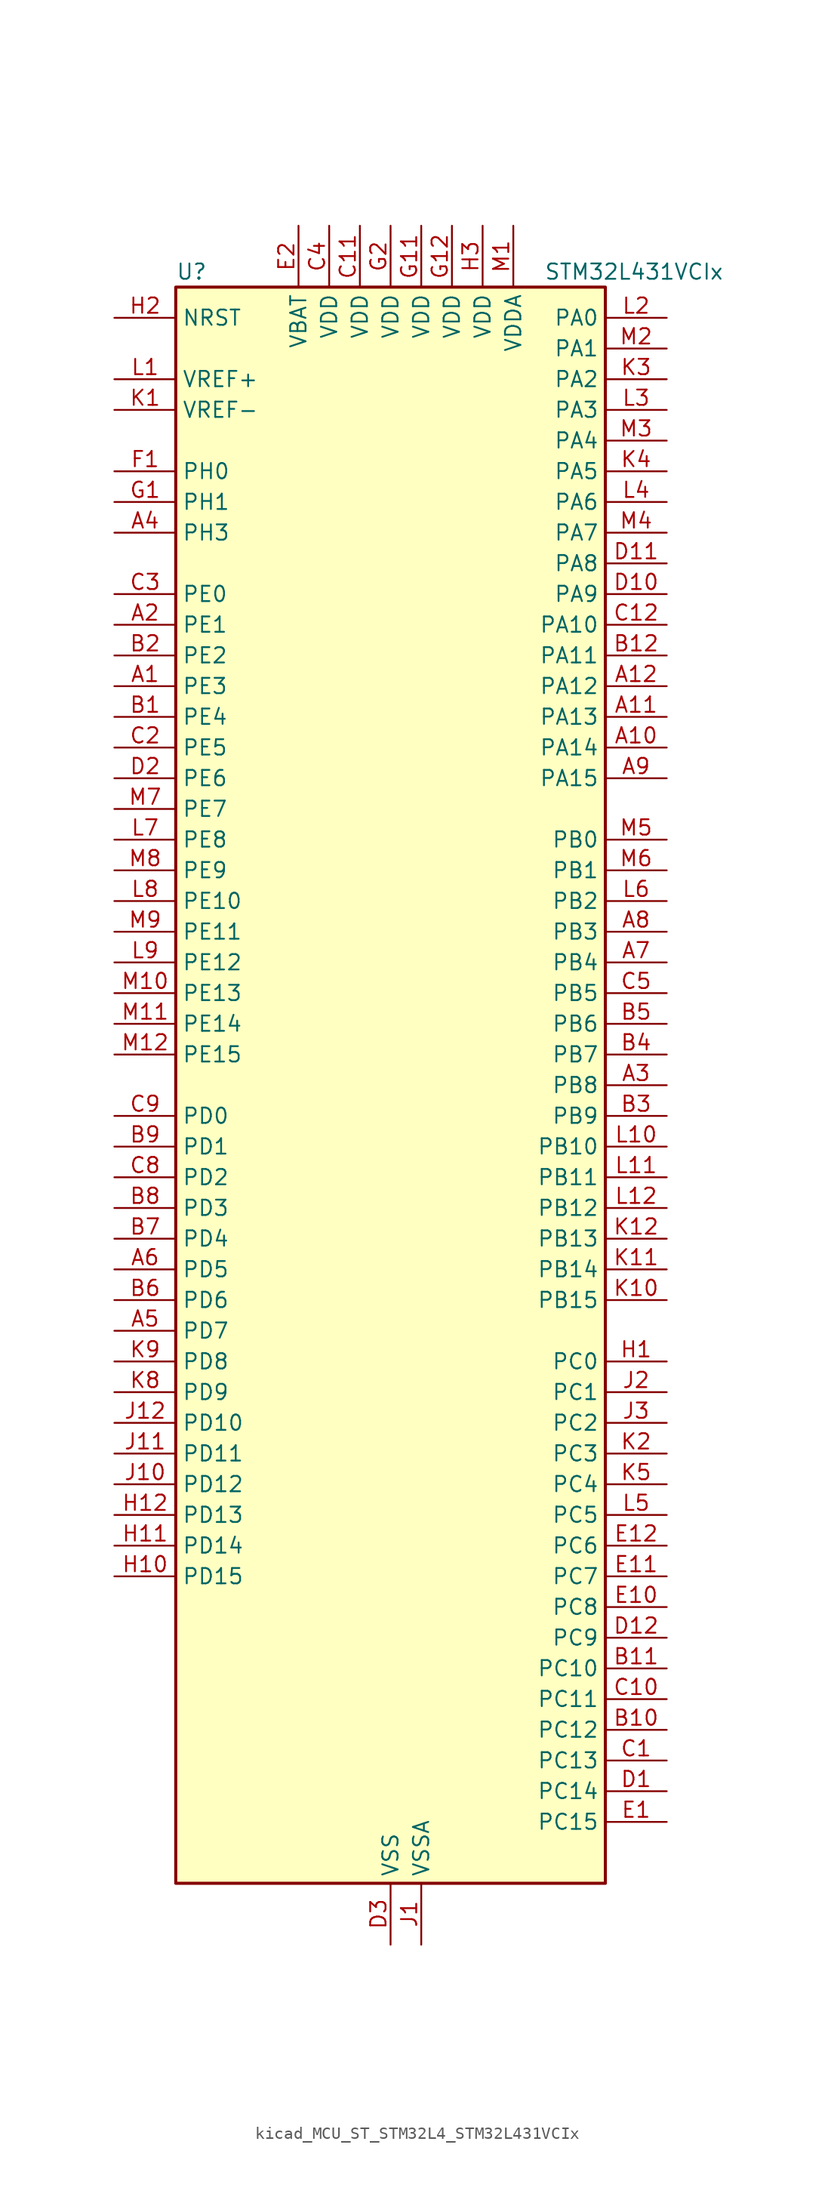
<source format=kicad_sym>
(kicad_symbol_lib
  (version 20220914)
  (generator kicad_symbol_editor)
  (symbol "kicad_MCU_ST_STM32L4_STM32L431VCIx"
    (property "Reference" "U"
      (at -17.78 67.31 0)
      (effects (font (size 1.27 1.27)) (justify left)))
    (property "Value" "STM32L431VCIx"
      (at 12.7 67.31 0)
      (effects (font (size 1.27 1.27)) (justify left)))
    (property "ki_locked" ""
      (at 0 0 0)
      (effects (font (size 1.27 1.27))))
    (symbol "kicad_MCU_ST_STM32L4_STM32L431VCIx_0_1"
      (rectangle (start -17.78 -66.04) (end 17.78 66.04) (stroke (width 0.254) (type default)) (fill (type background))))
    (symbol "kicad_MCU_ST_STM32L4_STM32L431VCIx_1_1"
      (pin bidirectional line (at -22.86 33.02 0) (length 5.08) (name "PE3" (effects (font (size 1.27 1.27)))) (number "A1" (effects (font (size 1.27 1.27)))) (alternate "SAI1_SD_B" bidirectional line) (alternate "SYS_TRACED0" bidirectional line) (alternate "TSC_G7_IO2" bidirectional line))
      (pin bidirectional line (at 22.86 27.94 180) (length 5.08) (name "PA14" (effects (font (size 1.27 1.27)))) (number "A10" (effects (font (size 1.27 1.27)))) (alternate "I2C1_SMBA" bidirectional line) (alternate "LPTIM1_OUT" bidirectional line) (alternate "SAI1_FS_B" bidirectional line) (alternate "SWPMI1_RX" bidirectional line) (alternate "SYS_JTCK-SWCLK" bidirectional line))
      (pin bidirectional line (at 22.86 30.48 180) (length 5.08) (name "PA13" (effects (font (size 1.27 1.27)))) (number "A11" (effects (font (size 1.27 1.27)))) (alternate "IR_OUT" bidirectional line) (alternate "SAI1_SD_B" bidirectional line) (alternate "SWPMI1_TX" bidirectional line) (alternate "SYS_JTMS-SWDIO" bidirectional line))
      (pin bidirectional line (at 22.86 33.02 180) (length 5.08) (name "PA12" (effects (font (size 1.27 1.27)))) (number "A12" (effects (font (size 1.27 1.27)))) (alternate "CAN1_TX" bidirectional line) (alternate "SPI1_MOSI" bidirectional line) (alternate "TIM1_ETR" bidirectional line) (alternate "USART1_DE" bidirectional line) (alternate "USART1_RTS" bidirectional line))
      (pin bidirectional line (at -22.86 38.1 0) (length 5.08) (name "PE1" (effects (font (size 1.27 1.27)))) (number "A2" (effects (font (size 1.27 1.27)))))
      (pin bidirectional line (at 22.86 0 180) (length 5.08) (name "PB8" (effects (font (size 1.27 1.27)))) (number "A3" (effects (font (size 1.27 1.27)))) (alternate "CAN1_RX" bidirectional line) (alternate "I2C1_SCL" bidirectional line) (alternate "SAI1_MCLK_A" bidirectional line) (alternate "SDMMC1_D4" bidirectional line) (alternate "TIM16_CH1" bidirectional line))
      (pin bidirectional line (at -22.86 45.72 0) (length 5.08) (name "PH3" (effects (font (size 1.27 1.27)))) (number "A4" (effects (font (size 1.27 1.27)))))
      (pin bidirectional line (at -22.86 -20.32 0) (length 5.08) (name "PD7" (effects (font (size 1.27 1.27)))) (number "A5" (effects (font (size 1.27 1.27)))) (alternate "QUADSPI_BK2_IO3" bidirectional line) (alternate "USART2_CK" bidirectional line))
      (pin bidirectional line (at -22.86 -15.24 0) (length 5.08) (name "PD5" (effects (font (size 1.27 1.27)))) (number "A6" (effects (font (size 1.27 1.27)))) (alternate "QUADSPI_BK2_IO1" bidirectional line) (alternate "USART2_TX" bidirectional line))
      (pin bidirectional line (at 22.86 10.16 180) (length 5.08) (name "PB4" (effects (font (size 1.27 1.27)))) (number "A7" (effects (font (size 1.27 1.27)))) (alternate "COMP2_INP" bidirectional line) (alternate "I2C3_SDA" bidirectional line) (alternate "SAI1_MCLK_B" bidirectional line) (alternate "SPI1_MISO" bidirectional line) (alternate "SPI3_MISO" bidirectional line) (alternate "SYS_JTRST" bidirectional line) (alternate "TSC_G2_IO1" bidirectional line) (alternate "USART1_CTS" bidirectional line))
      (pin bidirectional line (at 22.86 12.7 180) (length 5.08) (name "PB3" (effects (font (size 1.27 1.27)))) (number "A8" (effects (font (size 1.27 1.27)))) (alternate "COMP2_INM" bidirectional line) (alternate "SAI1_SCK_B" bidirectional line) (alternate "SPI1_SCK" bidirectional line) (alternate "SPI3_SCK" bidirectional line) (alternate "SYS_JTDO-SWO" bidirectional line) (alternate "TIM2_CH2" bidirectional line) (alternate "USART1_DE" bidirectional line) (alternate "USART1_RTS" bidirectional line))
      (pin bidirectional line (at 22.86 25.4 180) (length 5.08) (name "PA15" (effects (font (size 1.27 1.27)))) (number "A9" (effects (font (size 1.27 1.27)))) (alternate "ADC1_EXTI15" bidirectional line) (alternate "SPI1_NSS" bidirectional line) (alternate "SPI3_NSS" bidirectional line) (alternate "SWPMI1_SUSPEND" bidirectional line) (alternate "SYS_JTDI" bidirectional line) (alternate "TIM2_CH1" bidirectional line) (alternate "TIM2_ETR" bidirectional line) (alternate "TSC_G3_IO1" bidirectional line) (alternate "USART2_RX" bidirectional line) (alternate "USART3_DE" bidirectional line) (alternate "USART3_RTS" bidirectional line))
      (pin bidirectional line (at -22.86 30.48 0) (length 5.08) (name "PE4" (effects (font (size 1.27 1.27)))) (number "B1" (effects (font (size 1.27 1.27)))) (alternate "SAI1_FS_A" bidirectional line) (alternate "SYS_TRACED1" bidirectional line) (alternate "TSC_G7_IO3" bidirectional line))
      (pin bidirectional line (at 22.86 -53.34 180) (length 5.08) (name "PC12" (effects (font (size 1.27 1.27)))) (number "B10" (effects (font (size 1.27 1.27)))) (alternate "SDMMC1_CK" bidirectional line) (alternate "SPI3_MOSI" bidirectional line) (alternate "TSC_G3_IO4" bidirectional line) (alternate "USART3_CK" bidirectional line))
      (pin bidirectional line (at 22.86 -48.26 180) (length 5.08) (name "PC10" (effects (font (size 1.27 1.27)))) (number "B11" (effects (font (size 1.27 1.27)))) (alternate "SDMMC1_D2" bidirectional line) (alternate "SPI3_SCK" bidirectional line) (alternate "TSC_G3_IO2" bidirectional line) (alternate "USART3_TX" bidirectional line))
      (pin bidirectional line (at 22.86 35.56 180) (length 5.08) (name "PA11" (effects (font (size 1.27 1.27)))) (number "B12" (effects (font (size 1.27 1.27)))) (alternate "ADC1_EXTI11" bidirectional line) (alternate "CAN1_RX" bidirectional line) (alternate "COMP1_OUT" bidirectional line) (alternate "SPI1_MISO" bidirectional line) (alternate "TIM1_BKIN2" bidirectional line) (alternate "TIM1_BKIN2_COMP1" bidirectional line) (alternate "TIM1_CH4" bidirectional line) (alternate "USART1_CTS" bidirectional line))
      (pin bidirectional line (at -22.86 35.56 0) (length 5.08) (name "PE2" (effects (font (size 1.27 1.27)))) (number "B2" (effects (font (size 1.27 1.27)))) (alternate "SAI1_MCLK_A" bidirectional line) (alternate "SYS_TRACECLK" bidirectional line) (alternate "TSC_G7_IO1" bidirectional line))
      (pin bidirectional line (at 22.86 -2.54 180) (length 5.08) (name "PB9" (effects (font (size 1.27 1.27)))) (number "B3" (effects (font (size 1.27 1.27)))) (alternate "CAN1_TX" bidirectional line) (alternate "DAC1_EXTI9" bidirectional line) (alternate "I2C1_SDA" bidirectional line) (alternate "IR_OUT" bidirectional line) (alternate "SAI1_FS_A" bidirectional line) (alternate "SDMMC1_D5" bidirectional line) (alternate "SPI2_NSS" bidirectional line))
      (pin bidirectional line (at 22.86 2.54 180) (length 5.08) (name "PB7" (effects (font (size 1.27 1.27)))) (number "B4" (effects (font (size 1.27 1.27)))) (alternate "COMP2_INM" bidirectional line) (alternate "I2C1_SDA" bidirectional line) (alternate "LPTIM1_IN2" bidirectional line) (alternate "SYS_PVD_IN" bidirectional line) (alternate "TSC_G2_IO4" bidirectional line) (alternate "USART1_RX" bidirectional line))
      (pin bidirectional line (at 22.86 5.08 180) (length 5.08) (name "PB6" (effects (font (size 1.27 1.27)))) (number "B5" (effects (font (size 1.27 1.27)))) (alternate "COMP2_INP" bidirectional line) (alternate "I2C1_SCL" bidirectional line) (alternate "LPTIM1_ETR" bidirectional line) (alternate "SAI1_FS_B" bidirectional line) (alternate "TIM16_CH1N" bidirectional line) (alternate "TSC_G2_IO3" bidirectional line) (alternate "USART1_TX" bidirectional line))
      (pin bidirectional line (at -22.86 -17.78 0) (length 5.08) (name "PD6" (effects (font (size 1.27 1.27)))) (number "B6" (effects (font (size 1.27 1.27)))) (alternate "QUADSPI_BK2_IO2" bidirectional line) (alternate "SAI1_SD_A" bidirectional line) (alternate "USART2_RX" bidirectional line))
      (pin bidirectional line (at -22.86 -12.7 0) (length 5.08) (name "PD4" (effects (font (size 1.27 1.27)))) (number "B7" (effects (font (size 1.27 1.27)))) (alternate "QUADSPI_BK2_IO0" bidirectional line) (alternate "SPI2_MOSI" bidirectional line) (alternate "USART2_DE" bidirectional line) (alternate "USART2_RTS" bidirectional line))
      (pin bidirectional line (at -22.86 -10.16 0) (length 5.08) (name "PD3" (effects (font (size 1.27 1.27)))) (number "B8" (effects (font (size 1.27 1.27)))) (alternate "QUADSPI_BK2_NCS" bidirectional line) (alternate "SPI2_MISO" bidirectional line) (alternate "USART2_CTS" bidirectional line))
      (pin bidirectional line (at -22.86 -5.08 0) (length 5.08) (name "PD1" (effects (font (size 1.27 1.27)))) (number "B9" (effects (font (size 1.27 1.27)))) (alternate "CAN1_TX" bidirectional line) (alternate "SPI2_SCK" bidirectional line))
      (pin bidirectional line (at 22.86 -55.88 180) (length 5.08) (name "PC13" (effects (font (size 1.27 1.27)))) (number "C1" (effects (font (size 1.27 1.27)))) (alternate "RTC_OUT_ALARM" bidirectional line) (alternate "RTC_OUT_CALIB" bidirectional line) (alternate "RTC_TAMP1" bidirectional line) (alternate "RTC_TS" bidirectional line) (alternate "SYS_WKUP2" bidirectional line))
      (pin bidirectional line (at 22.86 -50.8 180) (length 5.08) (name "PC11" (effects (font (size 1.27 1.27)))) (number "C10" (effects (font (size 1.27 1.27)))) (alternate "ADC1_EXTI11" bidirectional line) (alternate "SDMMC1_D3" bidirectional line) (alternate "SPI3_MISO" bidirectional line) (alternate "TSC_G3_IO3" bidirectional line) (alternate "USART3_RX" bidirectional line))
      (pin power_in line (at -2.54 71.12 270) (length 5.08) (name "VDD" (effects (font (size 1.27 1.27)))) (number "C11" (effects (font (size 1.27 1.27)))))
      (pin bidirectional line (at 22.86 38.1 180) (length 5.08) (name "PA10" (effects (font (size 1.27 1.27)))) (number "C12" (effects (font (size 1.27 1.27)))) (alternate "I2C1_SDA" bidirectional line) (alternate "SAI1_SD_A" bidirectional line) (alternate "TIM1_CH3" bidirectional line) (alternate "USART1_RX" bidirectional line))
      (pin bidirectional line (at -22.86 27.94 0) (length 5.08) (name "PE5" (effects (font (size 1.27 1.27)))) (number "C2" (effects (font (size 1.27 1.27)))) (alternate "SAI1_SCK_A" bidirectional line) (alternate "SYS_TRACED2" bidirectional line) (alternate "TSC_G7_IO4" bidirectional line))
      (pin bidirectional line (at -22.86 40.64 0) (length 5.08) (name "PE0" (effects (font (size 1.27 1.27)))) (number "C3" (effects (font (size 1.27 1.27)))) (alternate "TIM16_CH1" bidirectional line))
      (pin power_in line (at -5.08 71.12 270) (length 5.08) (name "VDD" (effects (font (size 1.27 1.27)))) (number "C4" (effects (font (size 1.27 1.27)))))
      (pin bidirectional line (at 22.86 7.62 180) (length 5.08) (name "PB5" (effects (font (size 1.27 1.27)))) (number "C5" (effects (font (size 1.27 1.27)))) (alternate "COMP2_OUT" bidirectional line) (alternate "I2C1_SMBA" bidirectional line) (alternate "LPTIM1_IN1" bidirectional line) (alternate "SAI1_SD_B" bidirectional line) (alternate "SPI1_MOSI" bidirectional line) (alternate "SPI3_MOSI" bidirectional line) (alternate "TIM16_BKIN" bidirectional line) (alternate "TSC_G2_IO2" bidirectional line) (alternate "USART1_CK" bidirectional line))
      (pin bidirectional line (at -22.86 -7.62 0) (length 5.08) (name "PD2" (effects (font (size 1.27 1.27)))) (number "C8" (effects (font (size 1.27 1.27)))) (alternate "SDMMC1_CMD" bidirectional line) (alternate "TSC_SYNC" bidirectional line) (alternate "USART3_DE" bidirectional line) (alternate "USART3_RTS" bidirectional line))
      (pin bidirectional line (at -22.86 -2.54 0) (length 5.08) (name "PD0" (effects (font (size 1.27 1.27)))) (number "C9" (effects (font (size 1.27 1.27)))) (alternate "CAN1_RX" bidirectional line) (alternate "SPI2_NSS" bidirectional line))
      (pin bidirectional line (at 22.86 -58.42 180) (length 5.08) (name "PC14" (effects (font (size 1.27 1.27)))) (number "D1" (effects (font (size 1.27 1.27)))) (alternate "RCC_OSC32_IN" bidirectional line))
      (pin bidirectional line (at 22.86 40.64 180) (length 5.08) (name "PA9" (effects (font (size 1.27 1.27)))) (number "D10" (effects (font (size 1.27 1.27)))) (alternate "DAC1_EXTI9" bidirectional line) (alternate "I2C1_SCL" bidirectional line) (alternate "SAI1_FS_A" bidirectional line) (alternate "TIM15_BKIN" bidirectional line) (alternate "TIM1_CH2" bidirectional line) (alternate "USART1_TX" bidirectional line))
      (pin bidirectional line (at 22.86 43.18 180) (length 5.08) (name "PA8" (effects (font (size 1.27 1.27)))) (number "D11" (effects (font (size 1.27 1.27)))) (alternate "LPTIM2_OUT" bidirectional line) (alternate "RCC_MCO" bidirectional line) (alternate "SAI1_SCK_A" bidirectional line) (alternate "SWPMI1_IO" bidirectional line) (alternate "TIM1_CH1" bidirectional line) (alternate "USART1_CK" bidirectional line))
      (pin bidirectional line (at 22.86 -45.72 180) (length 5.08) (name "PC9" (effects (font (size 1.27 1.27)))) (number "D12" (effects (font (size 1.27 1.27)))) (alternate "DAC1_EXTI9" bidirectional line) (alternate "SDMMC1_D1" bidirectional line) (alternate "TSC_G4_IO4" bidirectional line))
      (pin bidirectional line (at -22.86 25.4 0) (length 5.08) (name "PE6" (effects (font (size 1.27 1.27)))) (number "D2" (effects (font (size 1.27 1.27)))) (alternate "RTC_TAMP3" bidirectional line) (alternate "SAI1_SD_A" bidirectional line) (alternate "SYS_TRACED3" bidirectional line) (alternate "SYS_WKUP3" bidirectional line))
      (pin power_in line (at 0 -71.12 90) (length 5.08) (name "VSS" (effects (font (size 1.27 1.27)))) (number "D3" (effects (font (size 1.27 1.27)))))
      (pin bidirectional line (at 22.86 -60.96 180) (length 5.08) (name "PC15" (effects (font (size 1.27 1.27)))) (number "E1" (effects (font (size 1.27 1.27)))) (alternate "ADC1_EXTI15" bidirectional line) (alternate "RCC_OSC32_OUT" bidirectional line))
      (pin bidirectional line (at 22.86 -43.18 180) (length 5.08) (name "PC8" (effects (font (size 1.27 1.27)))) (number "E10" (effects (font (size 1.27 1.27)))) (alternate "SDMMC1_D0" bidirectional line) (alternate "TSC_G4_IO3" bidirectional line))
      (pin bidirectional line (at 22.86 -40.64 180) (length 5.08) (name "PC7" (effects (font (size 1.27 1.27)))) (number "E11" (effects (font (size 1.27 1.27)))) (alternate "SDMMC1_D7" bidirectional line) (alternate "TSC_G4_IO2" bidirectional line))
      (pin bidirectional line (at 22.86 -38.1 180) (length 5.08) (name "PC6" (effects (font (size 1.27 1.27)))) (number "E12" (effects (font (size 1.27 1.27)))) (alternate "SDMMC1_D6" bidirectional line) (alternate "TSC_G4_IO1" bidirectional line))
      (pin power_in line (at -7.62 71.12 270) (length 5.08) (name "VBAT" (effects (font (size 1.27 1.27)))) (number "E2" (effects (font (size 1.27 1.27)))))
      (pin passive line (at 0 -71.12 90) (length 5.08) hide (name "VSS" (effects (font (size 1.27 1.27)))) (number "E3" (effects (font (size 1.27 1.27)))))
      (pin bidirectional line (at -22.86 50.8 0) (length 5.08) (name "PH0" (effects (font (size 1.27 1.27)))) (number "F1" (effects (font (size 1.27 1.27)))) (alternate "RCC_OSC_IN" bidirectional line))
      (pin passive line (at 0 -71.12 90) (length 5.08) hide (name "VSS" (effects (font (size 1.27 1.27)))) (number "F11" (effects (font (size 1.27 1.27)))))
      (pin passive line (at 0 -71.12 90) (length 5.08) hide (name "VSS" (effects (font (size 1.27 1.27)))) (number "F12" (effects (font (size 1.27 1.27)))))
      (pin passive line (at 0 -71.12 90) (length 5.08) hide (name "VSS" (effects (font (size 1.27 1.27)))) (number "F2" (effects (font (size 1.27 1.27)))))
      (pin bidirectional line (at -22.86 48.26 0) (length 5.08) (name "PH1" (effects (font (size 1.27 1.27)))) (number "G1" (effects (font (size 1.27 1.27)))) (alternate "RCC_OSC_OUT" bidirectional line))
      (pin power_in line (at 2.54 71.12 270) (length 5.08) (name "VDD" (effects (font (size 1.27 1.27)))) (number "G11" (effects (font (size 1.27 1.27)))))
      (pin power_in line (at 5.08 71.12 270) (length 5.08) (name "VDD" (effects (font (size 1.27 1.27)))) (number "G12" (effects (font (size 1.27 1.27)))))
      (pin power_in line (at 0 71.12 270) (length 5.08) (name "VDD" (effects (font (size 1.27 1.27)))) (number "G2" (effects (font (size 1.27 1.27)))))
      (pin bidirectional line (at 22.86 -22.86 180) (length 5.08) (name "PC0" (effects (font (size 1.27 1.27)))) (number "H1" (effects (font (size 1.27 1.27)))) (alternate "ADC1_IN1" bidirectional line) (alternate "I2C3_SCL" bidirectional line) (alternate "LPTIM1_IN1" bidirectional line) (alternate "LPTIM2_IN1" bidirectional line) (alternate "LPUART1_RX" bidirectional line))
      (pin bidirectional line (at -22.86 -40.64 0) (length 5.08) (name "PD15" (effects (font (size 1.27 1.27)))) (number "H10" (effects (font (size 1.27 1.27)))) (alternate "ADC1_EXTI15" bidirectional line))
      (pin bidirectional line (at -22.86 -38.1 0) (length 5.08) (name "PD14" (effects (font (size 1.27 1.27)))) (number "H11" (effects (font (size 1.27 1.27)))))
      (pin bidirectional line (at -22.86 -35.56 0) (length 5.08) (name "PD13" (effects (font (size 1.27 1.27)))) (number "H12" (effects (font (size 1.27 1.27)))) (alternate "LPTIM2_OUT" bidirectional line) (alternate "TSC_G6_IO4" bidirectional line))
      (pin input line (at -22.86 63.5 0) (length 5.08) (name "NRST" (effects (font (size 1.27 1.27)))) (number "H2" (effects (font (size 1.27 1.27)))))
      (pin power_in line (at 7.62 71.12 270) (length 5.08) (name "VDD" (effects (font (size 1.27 1.27)))) (number "H3" (effects (font (size 1.27 1.27)))))
      (pin power_in line (at 2.54 -71.12 90) (length 5.08) (name "VSSA" (effects (font (size 1.27 1.27)))) (number "J1" (effects (font (size 1.27 1.27)))))
      (pin bidirectional line (at -22.86 -33.02 0) (length 5.08) (name "PD12" (effects (font (size 1.27 1.27)))) (number "J10" (effects (font (size 1.27 1.27)))) (alternate "LPTIM2_IN1" bidirectional line) (alternate "TSC_G6_IO3" bidirectional line) (alternate "USART3_DE" bidirectional line) (alternate "USART3_RTS" bidirectional line))
      (pin bidirectional line (at -22.86 -30.48 0) (length 5.08) (name "PD11" (effects (font (size 1.27 1.27)))) (number "J11" (effects (font (size 1.27 1.27)))) (alternate "ADC1_EXTI11" bidirectional line) (alternate "LPTIM2_ETR" bidirectional line) (alternate "TSC_G6_IO2" bidirectional line) (alternate "USART3_CTS" bidirectional line))
      (pin bidirectional line (at -22.86 -27.94 0) (length 5.08) (name "PD10" (effects (font (size 1.27 1.27)))) (number "J12" (effects (font (size 1.27 1.27)))) (alternate "TSC_G6_IO1" bidirectional line) (alternate "USART3_CK" bidirectional line))
      (pin bidirectional line (at 22.86 -25.4 180) (length 5.08) (name "PC1" (effects (font (size 1.27 1.27)))) (number "J2" (effects (font (size 1.27 1.27)))) (alternate "ADC1_IN2" bidirectional line) (alternate "I2C3_SDA" bidirectional line) (alternate "LPTIM1_OUT" bidirectional line) (alternate "LPUART1_TX" bidirectional line))
      (pin bidirectional line (at 22.86 -27.94 180) (length 5.08) (name "PC2" (effects (font (size 1.27 1.27)))) (number "J3" (effects (font (size 1.27 1.27)))) (alternate "ADC1_IN3" bidirectional line) (alternate "LPTIM1_IN2" bidirectional line) (alternate "SPI2_MISO" bidirectional line))
      (pin input line (at -22.86 55.88 0) (length 5.08) (name "VREF-" (effects (font (size 1.27 1.27)))) (number "K1" (effects (font (size 1.27 1.27)))))
      (pin bidirectional line (at 22.86 -17.78 180) (length 5.08) (name "PB15" (effects (font (size 1.27 1.27)))) (number "K10" (effects (font (size 1.27 1.27)))) (alternate "ADC1_EXTI15" bidirectional line) (alternate "RTC_REFIN" bidirectional line) (alternate "SAI1_SD_A" bidirectional line) (alternate "SPI2_MOSI" bidirectional line) (alternate "SWPMI1_SUSPEND" bidirectional line) (alternate "TIM15_CH2" bidirectional line) (alternate "TIM1_CH3N" bidirectional line) (alternate "TSC_G1_IO4" bidirectional line))
      (pin bidirectional line (at 22.86 -15.24 180) (length 5.08) (name "PB14" (effects (font (size 1.27 1.27)))) (number "K11" (effects (font (size 1.27 1.27)))) (alternate "I2C2_SDA" bidirectional line) (alternate "SAI1_MCLK_A" bidirectional line) (alternate "SPI2_MISO" bidirectional line) (alternate "SWPMI1_RX" bidirectional line) (alternate "TIM15_CH1" bidirectional line) (alternate "TIM1_CH2N" bidirectional line) (alternate "TSC_G1_IO3" bidirectional line) (alternate "USART3_DE" bidirectional line) (alternate "USART3_RTS" bidirectional line))
      (pin bidirectional line (at 22.86 -12.7 180) (length 5.08) (name "PB13" (effects (font (size 1.27 1.27)))) (number "K12" (effects (font (size 1.27 1.27)))) (alternate "I2C2_SCL" bidirectional line) (alternate "LPUART1_CTS" bidirectional line) (alternate "SAI1_SCK_A" bidirectional line) (alternate "SPI2_SCK" bidirectional line) (alternate "SWPMI1_TX" bidirectional line) (alternate "TIM15_CH1N" bidirectional line) (alternate "TIM1_CH1N" bidirectional line) (alternate "TSC_G1_IO2" bidirectional line) (alternate "USART3_CTS" bidirectional line))
      (pin bidirectional line (at 22.86 -30.48 180) (length 5.08) (name "PC3" (effects (font (size 1.27 1.27)))) (number "K2" (effects (font (size 1.27 1.27)))) (alternate "ADC1_IN4" bidirectional line) (alternate "LPTIM1_ETR" bidirectional line) (alternate "LPTIM2_ETR" bidirectional line) (alternate "SAI1_SD_A" bidirectional line) (alternate "SPI2_MOSI" bidirectional line))
      (pin bidirectional line (at 22.86 58.42 180) (length 5.08) (name "PA2" (effects (font (size 1.27 1.27)))) (number "K3" (effects (font (size 1.27 1.27)))) (alternate "ADC1_IN7" bidirectional line) (alternate "COMP2_INM" bidirectional line) (alternate "COMP2_OUT" bidirectional line) (alternate "LPUART1_TX" bidirectional line) (alternate "QUADSPI_BK1_NCS" bidirectional line) (alternate "RCC_LSCO" bidirectional line) (alternate "SYS_WKUP4" bidirectional line) (alternate "TIM15_CH1" bidirectional line) (alternate "TIM2_CH3" bidirectional line) (alternate "USART2_TX" bidirectional line))
      (pin bidirectional line (at 22.86 50.8 180) (length 5.08) (name "PA5" (effects (font (size 1.27 1.27)))) (number "K4" (effects (font (size 1.27 1.27)))) (alternate "ADC1_IN10" bidirectional line) (alternate "COMP1_INM" bidirectional line) (alternate "COMP2_INM" bidirectional line) (alternate "DAC1_OUT2" bidirectional line) (alternate "LPTIM2_ETR" bidirectional line) (alternate "SPI1_SCK" bidirectional line) (alternate "TIM2_CH1" bidirectional line) (alternate "TIM2_ETR" bidirectional line))
      (pin bidirectional line (at 22.86 -33.02 180) (length 5.08) (name "PC4" (effects (font (size 1.27 1.27)))) (number "K5" (effects (font (size 1.27 1.27)))) (alternate "ADC1_IN13" bidirectional line) (alternate "COMP1_INM" bidirectional line) (alternate "USART3_TX" bidirectional line))
      (pin bidirectional line (at -22.86 -25.4 0) (length 5.08) (name "PD9" (effects (font (size 1.27 1.27)))) (number "K8" (effects (font (size 1.27 1.27)))) (alternate "DAC1_EXTI9" bidirectional line) (alternate "USART3_RX" bidirectional line))
      (pin bidirectional line (at -22.86 -22.86 0) (length 5.08) (name "PD8" (effects (font (size 1.27 1.27)))) (number "K9" (effects (font (size 1.27 1.27)))) (alternate "USART3_TX" bidirectional line))
      (pin input line (at -22.86 58.42 0) (length 5.08) (name "VREF+" (effects (font (size 1.27 1.27)))) (number "L1" (effects (font (size 1.27 1.27)))) (alternate "VREFBUF_OUT" bidirectional line))
      (pin bidirectional line (at 22.86 -5.08 180) (length 5.08) (name "PB10" (effects (font (size 1.27 1.27)))) (number "L10" (effects (font (size 1.27 1.27)))) (alternate "COMP1_OUT" bidirectional line) (alternate "I2C2_SCL" bidirectional line) (alternate "LPUART1_RX" bidirectional line) (alternate "QUADSPI_CLK" bidirectional line) (alternate "SAI1_SCK_A" bidirectional line) (alternate "SPI2_SCK" bidirectional line) (alternate "TIM2_CH3" bidirectional line) (alternate "TSC_SYNC" bidirectional line) (alternate "USART3_TX" bidirectional line))
      (pin bidirectional line (at 22.86 -7.62 180) (length 5.08) (name "PB11" (effects (font (size 1.27 1.27)))) (number "L11" (effects (font (size 1.27 1.27)))) (alternate "ADC1_EXTI11" bidirectional line) (alternate "COMP2_OUT" bidirectional line) (alternate "I2C2_SDA" bidirectional line) (alternate "LPUART1_TX" bidirectional line) (alternate "QUADSPI_BK1_NCS" bidirectional line) (alternate "TIM2_CH4" bidirectional line) (alternate "USART3_RX" bidirectional line))
      (pin bidirectional line (at 22.86 -10.16 180) (length 5.08) (name "PB12" (effects (font (size 1.27 1.27)))) (number "L12" (effects (font (size 1.27 1.27)))) (alternate "I2C2_SMBA" bidirectional line) (alternate "LPUART1_DE" bidirectional line) (alternate "LPUART1_RTS" bidirectional line) (alternate "SAI1_FS_A" bidirectional line) (alternate "SPI2_NSS" bidirectional line) (alternate "SWPMI1_IO" bidirectional line) (alternate "TIM15_BKIN" bidirectional line) (alternate "TIM1_BKIN" bidirectional line) (alternate "TIM1_BKIN_COMP2" bidirectional line) (alternate "TSC_G1_IO1" bidirectional line) (alternate "USART3_CK" bidirectional line))
      (pin bidirectional line (at 22.86 63.5 180) (length 5.08) (name "PA0" (effects (font (size 1.27 1.27)))) (number "L2" (effects (font (size 1.27 1.27)))) (alternate "ADC1_IN5" bidirectional line) (alternate "COMP1_INM" bidirectional line) (alternate "COMP1_OUT" bidirectional line) (alternate "OPAMP1_VINP" bidirectional line) (alternate "RTC_TAMP2" bidirectional line) (alternate "SAI1_EXTCLK" bidirectional line) (alternate "SYS_WKUP1" bidirectional line) (alternate "TIM2_CH1" bidirectional line) (alternate "TIM2_ETR" bidirectional line) (alternate "USART2_CTS" bidirectional line))
      (pin bidirectional line (at 22.86 55.88 180) (length 5.08) (name "PA3" (effects (font (size 1.27 1.27)))) (number "L3" (effects (font (size 1.27 1.27)))) (alternate "ADC1_IN8" bidirectional line) (alternate "COMP2_INP" bidirectional line) (alternate "LPUART1_RX" bidirectional line) (alternate "OPAMP1_VOUT" bidirectional line) (alternate "QUADSPI_CLK" bidirectional line) (alternate "SAI1_MCLK_A" bidirectional line) (alternate "TIM15_CH2" bidirectional line) (alternate "TIM2_CH4" bidirectional line) (alternate "USART2_RX" bidirectional line))
      (pin bidirectional line (at 22.86 48.26 180) (length 5.08) (name "PA6" (effects (font (size 1.27 1.27)))) (number "L4" (effects (font (size 1.27 1.27)))) (alternate "ADC1_IN11" bidirectional line) (alternate "COMP1_OUT" bidirectional line) (alternate "LPUART1_CTS" bidirectional line) (alternate "QUADSPI_BK1_IO3" bidirectional line) (alternate "SPI1_MISO" bidirectional line) (alternate "TIM16_CH1" bidirectional line) (alternate "TIM1_BKIN" bidirectional line) (alternate "TIM1_BKIN_COMP2" bidirectional line) (alternate "USART3_CTS" bidirectional line))
      (pin bidirectional line (at 22.86 -35.56 180) (length 5.08) (name "PC5" (effects (font (size 1.27 1.27)))) (number "L5" (effects (font (size 1.27 1.27)))) (alternate "ADC1_IN14" bidirectional line) (alternate "COMP1_INP" bidirectional line) (alternate "SYS_WKUP5" bidirectional line) (alternate "USART3_RX" bidirectional line))
      (pin bidirectional line (at 22.86 15.24 180) (length 5.08) (name "PB2" (effects (font (size 1.27 1.27)))) (number "L6" (effects (font (size 1.27 1.27)))) (alternate "COMP1_INP" bidirectional line) (alternate "I2C3_SMBA" bidirectional line) (alternate "LPTIM1_OUT" bidirectional line) (alternate "RTC_OUT_ALARM" bidirectional line) (alternate "RTC_OUT_CALIB" bidirectional line))
      (pin bidirectional line (at -22.86 20.32 0) (length 5.08) (name "PE8" (effects (font (size 1.27 1.27)))) (number "L7" (effects (font (size 1.27 1.27)))) (alternate "SAI1_SCK_B" bidirectional line) (alternate "TIM1_CH1N" bidirectional line))
      (pin bidirectional line (at -22.86 15.24 0) (length 5.08) (name "PE10" (effects (font (size 1.27 1.27)))) (number "L8" (effects (font (size 1.27 1.27)))) (alternate "QUADSPI_CLK" bidirectional line) (alternate "SAI1_MCLK_B" bidirectional line) (alternate "TIM1_CH2N" bidirectional line) (alternate "TSC_G5_IO1" bidirectional line))
      (pin bidirectional line (at -22.86 10.16 0) (length 5.08) (name "PE12" (effects (font (size 1.27 1.27)))) (number "L9" (effects (font (size 1.27 1.27)))) (alternate "QUADSPI_BK1_IO0" bidirectional line) (alternate "SPI1_NSS" bidirectional line) (alternate "TIM1_CH3N" bidirectional line) (alternate "TSC_G5_IO3" bidirectional line))
      (pin power_in line (at 10.16 71.12 270) (length 5.08) (name "VDDA" (effects (font (size 1.27 1.27)))) (number "M1" (effects (font (size 1.27 1.27)))))
      (pin bidirectional line (at -22.86 7.62 0) (length 5.08) (name "PE13" (effects (font (size 1.27 1.27)))) (number "M10" (effects (font (size 1.27 1.27)))) (alternate "QUADSPI_BK1_IO1" bidirectional line) (alternate "SPI1_SCK" bidirectional line) (alternate "TIM1_CH3" bidirectional line) (alternate "TSC_G5_IO4" bidirectional line))
      (pin bidirectional line (at -22.86 5.08 0) (length 5.08) (name "PE14" (effects (font (size 1.27 1.27)))) (number "M11" (effects (font (size 1.27 1.27)))) (alternate "QUADSPI_BK1_IO2" bidirectional line) (alternate "SPI1_MISO" bidirectional line) (alternate "TIM1_BKIN2" bidirectional line) (alternate "TIM1_BKIN2_COMP2" bidirectional line) (alternate "TIM1_CH4" bidirectional line))
      (pin bidirectional line (at -22.86 2.54 0) (length 5.08) (name "PE15" (effects (font (size 1.27 1.27)))) (number "M12" (effects (font (size 1.27 1.27)))) (alternate "ADC1_EXTI15" bidirectional line) (alternate "QUADSPI_BK1_IO3" bidirectional line) (alternate "SPI1_MOSI" bidirectional line) (alternate "TIM1_BKIN" bidirectional line) (alternate "TIM1_BKIN_COMP1" bidirectional line))
      (pin bidirectional line (at 22.86 60.96 180) (length 5.08) (name "PA1" (effects (font (size 1.27 1.27)))) (number "M2" (effects (font (size 1.27 1.27)))) (alternate "ADC1_IN6" bidirectional line) (alternate "COMP1_INP" bidirectional line) (alternate "I2C1_SMBA" bidirectional line) (alternate "OPAMP1_VINM" bidirectional line) (alternate "SPI1_SCK" bidirectional line) (alternate "TIM15_CH1N" bidirectional line) (alternate "TIM2_CH2" bidirectional line) (alternate "USART2_DE" bidirectional line) (alternate "USART2_RTS" bidirectional line))
      (pin bidirectional line (at 22.86 53.34 180) (length 5.08) (name "PA4" (effects (font (size 1.27 1.27)))) (number "M3" (effects (font (size 1.27 1.27)))) (alternate "ADC1_IN9" bidirectional line) (alternate "COMP1_INM" bidirectional line) (alternate "COMP2_INM" bidirectional line) (alternate "DAC1_OUT1" bidirectional line) (alternate "LPTIM2_OUT" bidirectional line) (alternate "SAI1_FS_B" bidirectional line) (alternate "SPI1_NSS" bidirectional line) (alternate "SPI3_NSS" bidirectional line) (alternate "USART2_CK" bidirectional line))
      (pin bidirectional line (at 22.86 45.72 180) (length 5.08) (name "PA7" (effects (font (size 1.27 1.27)))) (number "M4" (effects (font (size 1.27 1.27)))) (alternate "ADC1_IN12" bidirectional line) (alternate "COMP2_OUT" bidirectional line) (alternate "I2C3_SCL" bidirectional line) (alternate "QUADSPI_BK1_IO2" bidirectional line) (alternate "SPI1_MOSI" bidirectional line) (alternate "TIM1_CH1N" bidirectional line))
      (pin bidirectional line (at 22.86 20.32 180) (length 5.08) (name "PB0" (effects (font (size 1.27 1.27)))) (number "M5" (effects (font (size 1.27 1.27)))) (alternate "ADC1_IN15" bidirectional line) (alternate "COMP1_OUT" bidirectional line) (alternate "QUADSPI_BK1_IO1" bidirectional line) (alternate "SAI1_EXTCLK" bidirectional line) (alternate "SPI1_NSS" bidirectional line) (alternate "TIM1_CH2N" bidirectional line) (alternate "USART3_CK" bidirectional line))
      (pin bidirectional line (at 22.86 17.78 180) (length 5.08) (name "PB1" (effects (font (size 1.27 1.27)))) (number "M6" (effects (font (size 1.27 1.27)))) (alternate "ADC1_IN16" bidirectional line) (alternate "COMP1_INM" bidirectional line) (alternate "LPTIM2_IN1" bidirectional line) (alternate "LPUART1_DE" bidirectional line) (alternate "LPUART1_RTS" bidirectional line) (alternate "QUADSPI_BK1_IO0" bidirectional line) (alternate "TIM1_CH3N" bidirectional line) (alternate "USART3_DE" bidirectional line) (alternate "USART3_RTS" bidirectional line))
      (pin bidirectional line (at -22.86 22.86 0) (length 5.08) (name "PE7" (effects (font (size 1.27 1.27)))) (number "M7" (effects (font (size 1.27 1.27)))) (alternate "SAI1_SD_B" bidirectional line) (alternate "TIM1_ETR" bidirectional line))
      (pin bidirectional line (at -22.86 17.78 0) (length 5.08) (name "PE9" (effects (font (size 1.27 1.27)))) (number "M8" (effects (font (size 1.27 1.27)))) (alternate "DAC1_EXTI9" bidirectional line) (alternate "SAI1_FS_B" bidirectional line) (alternate "TIM1_CH1" bidirectional line))
      (pin bidirectional line (at -22.86 12.7 0) (length 5.08) (name "PE11" (effects (font (size 1.27 1.27)))) (number "M9" (effects (font (size 1.27 1.27)))) (alternate "ADC1_EXTI11" bidirectional line) (alternate "QUADSPI_BK1_NCS" bidirectional line) (alternate "TIM1_CH2" bidirectional line) (alternate "TSC_G5_IO2" bidirectional line)))))
</source>
